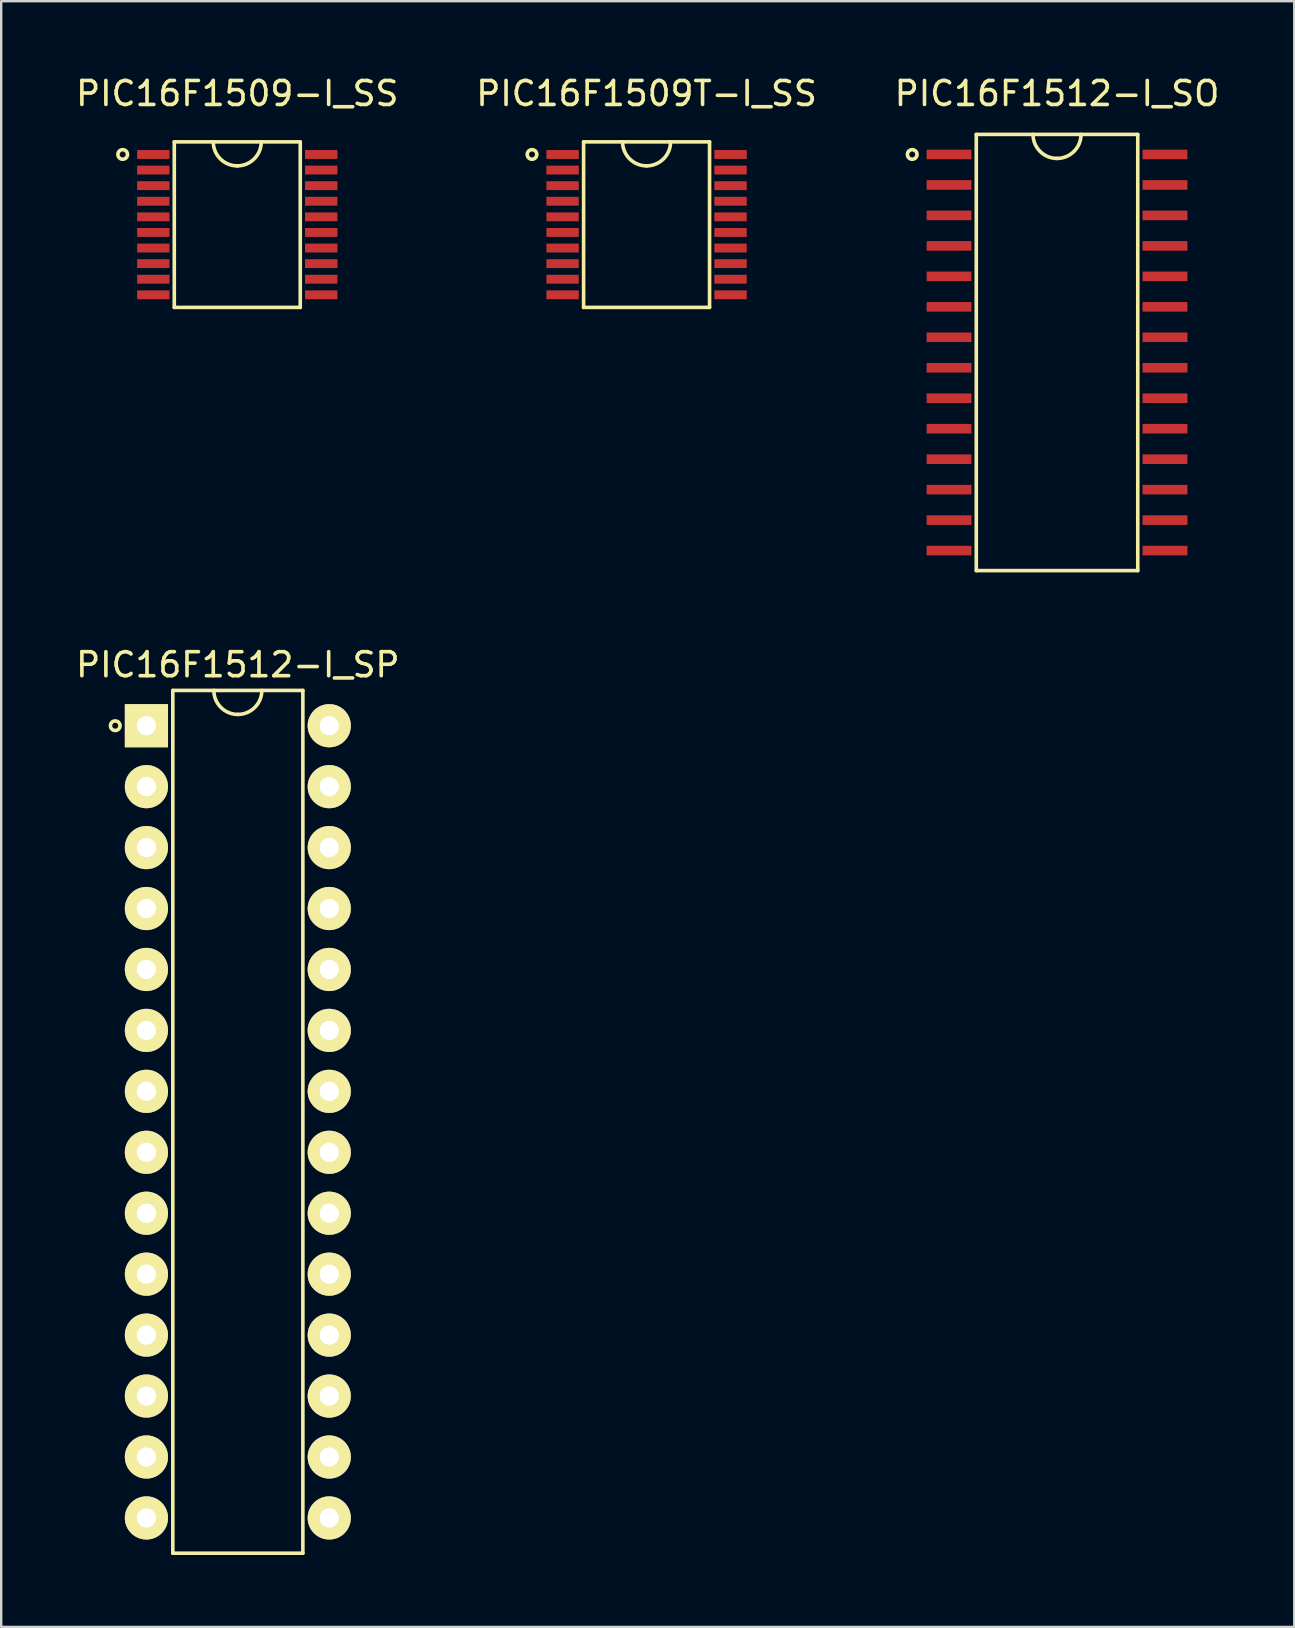
<source format=kicad_pcb>
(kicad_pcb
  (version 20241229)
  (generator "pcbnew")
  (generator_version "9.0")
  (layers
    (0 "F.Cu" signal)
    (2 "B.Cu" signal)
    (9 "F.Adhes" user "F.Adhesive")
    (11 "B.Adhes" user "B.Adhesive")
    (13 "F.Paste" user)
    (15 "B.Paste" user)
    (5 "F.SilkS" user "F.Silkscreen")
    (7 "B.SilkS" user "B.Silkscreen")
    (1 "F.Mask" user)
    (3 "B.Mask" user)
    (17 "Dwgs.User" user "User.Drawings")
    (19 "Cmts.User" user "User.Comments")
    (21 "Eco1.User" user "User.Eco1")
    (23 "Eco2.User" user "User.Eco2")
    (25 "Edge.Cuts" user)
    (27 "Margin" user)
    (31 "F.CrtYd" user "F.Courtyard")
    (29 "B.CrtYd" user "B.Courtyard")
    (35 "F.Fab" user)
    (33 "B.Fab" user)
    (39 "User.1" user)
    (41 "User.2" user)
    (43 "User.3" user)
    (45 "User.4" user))
  (footprint "PIC16F1512-I_SO"
    (layer "F.Cu")
    (at 36.506 3.388)
    (property "Reference" "PIC16F1512-I_SO" (at 4.5 -2.54 0) (layer "F.SilkS") (effects (font (size 1 1) (thickness 0.15))))
    (attr through_hole)
    (fp_line (start 1.135 -0.835) (end 7.865 -0.835) (stroke (width 0.15) (type solid)) (layer "F.SilkS"))
    (fp_line (start 1.135 17.345) (end 1.135 -0.835) (stroke (width 0.15) (type solid)) (layer "F.SilkS"))
    (fp_line (start 7.865 -0.835) (end 7.865 17.345) (stroke (width 0.15) (type solid)) (layer "F.SilkS"))
    (fp_line (start 7.865 17.345) (end 1.135 17.345) (stroke (width 0.15) (type solid)) (layer "F.SilkS"))
    (fp_arc (start 4.5 0.165) (mid 3.792893 -0.127893) (end 3.5 -0.835) (stroke (width 0.15) (type solid)) (layer "F.SilkS"))
    (fp_arc (start 5.5 -0.835) (mid 5.207107 -0.127893) (end 4.5 0.165) (stroke (width 0.15) (type solid)) (layer "F.SilkS"))
    (fp_circle (center -1.535 0) (end -1.535 0.2) (stroke (width 0.15) (type solid)) (fill no) (layer "F.SilkS"))
    (pad "1" smd rect (at 0 0) (size 1.87 0.4) (layers "F.Cu" "F.Mask" "F.Paste"))
    (pad "2" smd rect (at 0 1.27) (size 1.87 0.4) (layers "F.Cu" "F.Mask" "F.Paste"))
    (pad "3" smd rect (at 0 2.54) (size 1.87 0.4) (layers "F.Cu" "F.Mask" "F.Paste"))
    (pad "4" smd rect (at 0 3.81) (size 1.87 0.4) (layers "F.Cu" "F.Mask" "F.Paste"))
    (pad "5" smd rect (at 0 5.08) (size 1.87 0.4) (layers "F.Cu" "F.Mask" "F.Paste"))
    (pad "6" smd rect (at 0 6.35) (size 1.87 0.4) (layers "F.Cu" "F.Mask" "F.Paste"))
    (pad "7" smd rect (at 0 7.62) (size 1.87 0.4) (layers "F.Cu" "F.Mask" "F.Paste"))
    (pad "8" smd rect (at 0 8.89) (size 1.87 0.4) (layers "F.Cu" "F.Mask" "F.Paste"))
    (pad "9" smd rect (at 0 10.16) (size 1.87 0.4) (layers "F.Cu" "F.Mask" "F.Paste"))
    (pad "10" smd rect (at 0 11.43) (size 1.87 0.4) (layers "F.Cu" "F.Mask" "F.Paste"))
    (pad "11" smd rect (at 0 12.7) (size 1.87 0.4) (layers "F.Cu" "F.Mask" "F.Paste"))
    (pad "12" smd rect (at 0 13.97) (size 1.87 0.4) (layers "F.Cu" "F.Mask" "F.Paste"))
    (pad "13" smd rect (at 0 15.24) (size 1.87 0.4) (layers "F.Cu" "F.Mask" "F.Paste"))
    (pad "14" smd rect (at 0 16.51) (size 1.87 0.4) (layers "F.Cu" "F.Mask" "F.Paste"))
    (pad "15" smd rect (at 9 16.51) (size 1.87 0.4) (layers "F.Cu" "F.Mask" "F.Paste"))
    (pad "16" smd rect (at 9 15.24) (size 1.87 0.4) (layers "F.Cu" "F.Mask" "F.Paste"))
    (pad "17" smd rect (at 9 13.97) (size 1.87 0.4) (layers "F.Cu" "F.Mask" "F.Paste"))
    (pad "18" smd rect (at 9 12.7) (size 1.87 0.4) (layers "F.Cu" "F.Mask" "F.Paste"))
    (pad "19" smd rect (at 9 11.43) (size 1.87 0.4) (layers "F.Cu" "F.Mask" "F.Paste"))
    (pad "20" smd rect (at 9 10.16) (size 1.87 0.4) (layers "F.Cu" "F.Mask" "F.Paste"))
    (pad "21" smd rect (at 9 8.89) (size 1.87 0.4) (layers "F.Cu" "F.Mask" "F.Paste"))
    (pad "22" smd rect (at 9 7.62) (size 1.87 0.4) (layers "F.Cu" "F.Mask" "F.Paste"))
    (pad "23" smd rect (at 9 6.35) (size 1.87 0.4) (layers "F.Cu" "F.Mask" "F.Paste"))
    (pad "24" smd rect (at 9 5.08) (size 1.87 0.4) (layers "F.Cu" "F.Mask" "F.Paste"))
    (pad "25" smd rect (at 9 3.81) (size 1.87 0.4) (layers "F.Cu" "F.Mask" "F.Paste"))
    (pad "26" smd rect (at 9 2.54) (size 1.87 0.4) (layers "F.Cu" "F.Mask" "F.Paste"))
    (pad "27" smd rect (at 9 1.27) (size 1.87 0.4) (layers "F.Cu" "F.Mask" "F.Paste"))
    (pad "28" smd rect (at 9 0) (size 1.87 0.4) (layers "F.Cu" "F.Mask" "F.Paste")))
  (footprint "PIC16F1509T-I_SS"
    (layer "F.Cu")
    (at 20.399 3.388)
    (property "Reference" "PIC16F1509T-I_SS" (at 3.5 -2.54 0) (layer "F.SilkS") (effects (font (size 1 1) (thickness 0.15))))
    (attr through_hole)
    (fp_line (start 0.875 -0.525) (end 6.125 -0.525) (stroke (width 0.15) (type solid)) (layer "F.SilkS"))
    (fp_line (start 0.875 6.375) (end 0.875 -0.525) (stroke (width 0.15) (type solid)) (layer "F.SilkS"))
    (fp_line (start 6.125 -0.525) (end 6.125 6.375) (stroke (width 0.15) (type solid)) (layer "F.SilkS"))
    (fp_line (start 6.125 6.375) (end 0.875 6.375) (stroke (width 0.15) (type solid)) (layer "F.SilkS"))
    (fp_arc (start 3.5 0.475) (mid 2.792893 0.182107) (end 2.5 -0.525) (stroke (width 0.15) (type solid)) (layer "F.SilkS"))
    (fp_arc (start 4.5 -0.525) (mid 4.207107 0.182107) (end 3.5 0.475) (stroke (width 0.15) (type solid)) (layer "F.SilkS"))
    (fp_circle (center -1.275 0) (end -1.275 0.2) (stroke (width 0.15) (type solid)) (fill no) (layer "F.SilkS"))
    (pad "1" smd rect (at 0 0) (size 1.35 0.37) (layers "F.Cu" "F.Mask" "F.Paste"))
    (pad "2" smd rect (at 0 0.65) (size 1.35 0.37) (layers "F.Cu" "F.Mask" "F.Paste"))
    (pad "3" smd rect (at 0 1.3) (size 1.35 0.37) (layers "F.Cu" "F.Mask" "F.Paste"))
    (pad "4" smd rect (at 0 1.95) (size 1.35 0.37) (layers "F.Cu" "F.Mask" "F.Paste"))
    (pad "5" smd rect (at 0 2.6) (size 1.35 0.37) (layers "F.Cu" "F.Mask" "F.Paste"))
    (pad "6" smd rect (at 0 3.25) (size 1.35 0.37) (layers "F.Cu" "F.Mask" "F.Paste"))
    (pad "7" smd rect (at 0 3.9) (size 1.35 0.37) (layers "F.Cu" "F.Mask" "F.Paste"))
    (pad "8" smd rect (at 0 4.55) (size 1.35 0.37) (layers "F.Cu" "F.Mask" "F.Paste"))
    (pad "9" smd rect (at 0 5.2) (size 1.35 0.37) (layers "F.Cu" "F.Mask" "F.Paste"))
    (pad "10" smd rect (at 0 5.85) (size 1.35 0.37) (layers "F.Cu" "F.Mask" "F.Paste"))
    (pad "11" smd rect (at 7 5.85) (size 1.35 0.37) (layers "F.Cu" "F.Mask" "F.Paste"))
    (pad "12" smd rect (at 7 5.2) (size 1.35 0.37) (layers "F.Cu" "F.Mask" "F.Paste"))
    (pad "13" smd rect (at 7 4.55) (size 1.35 0.37) (layers "F.Cu" "F.Mask" "F.Paste"))
    (pad "14" smd rect (at 7 3.9) (size 1.35 0.37) (layers "F.Cu" "F.Mask" "F.Paste"))
    (pad "15" smd rect (at 7 3.25) (size 1.35 0.37) (layers "F.Cu" "F.Mask" "F.Paste"))
    (pad "16" smd rect (at 7 2.6) (size 1.35 0.37) (layers "F.Cu" "F.Mask" "F.Paste"))
    (pad "17" smd rect (at 7 1.95) (size 1.35 0.37) (layers "F.Cu" "F.Mask" "F.Paste"))
    (pad "18" smd rect (at 7 1.3) (size 1.35 0.37) (layers "F.Cu" "F.Mask" "F.Paste"))
    (pad "19" smd rect (at 7 0.65) (size 1.35 0.37) (layers "F.Cu" "F.Mask" "F.Paste"))
    (pad "20" smd rect (at 7 0) (size 1.35 0.37) (layers "F.Cu" "F.Mask" "F.Paste")))
  (footprint "PIC16F1509-I_SS"
    (layer "F.Cu")
    (at 3.339 3.388)
    (property "Reference" "PIC16F1509-I_SS" (at 3.5 -2.54 0) (layer "F.SilkS") (effects (font (size 1 1) (thickness 0.15))))
    (attr through_hole)
    (fp_line (start 0.875 -0.525) (end 6.125 -0.525) (stroke (width 0.15) (type solid)) (layer "F.SilkS"))
    (fp_line (start 0.875 6.375) (end 0.875 -0.525) (stroke (width 0.15) (type solid)) (layer "F.SilkS"))
    (fp_line (start 6.125 -0.525) (end 6.125 6.375) (stroke (width 0.15) (type solid)) (layer "F.SilkS"))
    (fp_line (start 6.125 6.375) (end 0.875 6.375) (stroke (width 0.15) (type solid)) (layer "F.SilkS"))
    (fp_arc (start 3.5 0.475) (mid 2.792893 0.182107) (end 2.5 -0.525) (stroke (width 0.15) (type solid)) (layer "F.SilkS"))
    (fp_arc (start 4.5 -0.525) (mid 4.207107 0.182107) (end 3.5 0.475) (stroke (width 0.15) (type solid)) (layer "F.SilkS"))
    (fp_circle (center -1.275 0) (end -1.275 0.2) (stroke (width 0.15) (type solid)) (fill no) (layer "F.SilkS"))
    (pad "1" smd rect (at 0 0) (size 1.35 0.37) (layers "F.Cu" "F.Mask" "F.Paste"))
    (pad "2" smd rect (at 0 0.65) (size 1.35 0.37) (layers "F.Cu" "F.Mask" "F.Paste"))
    (pad "3" smd rect (at 0 1.3) (size 1.35 0.37) (layers "F.Cu" "F.Mask" "F.Paste"))
    (pad "4" smd rect (at 0 1.95) (size 1.35 0.37) (layers "F.Cu" "F.Mask" "F.Paste"))
    (pad "5" smd rect (at 0 2.6) (size 1.35 0.37) (layers "F.Cu" "F.Mask" "F.Paste"))
    (pad "6" smd rect (at 0 3.25) (size 1.35 0.37) (layers "F.Cu" "F.Mask" "F.Paste"))
    (pad "7" smd rect (at 0 3.9) (size 1.35 0.37) (layers "F.Cu" "F.Mask" "F.Paste"))
    (pad "8" smd rect (at 0 4.55) (size 1.35 0.37) (layers "F.Cu" "F.Mask" "F.Paste"))
    (pad "9" smd rect (at 0 5.2) (size 1.35 0.37) (layers "F.Cu" "F.Mask" "F.Paste"))
    (pad "10" smd rect (at 0 5.85) (size 1.35 0.37) (layers "F.Cu" "F.Mask" "F.Paste"))
    (pad "11" smd rect (at 7 5.85) (size 1.35 0.37) (layers "F.Cu" "F.Mask" "F.Paste"))
    (pad "12" smd rect (at 7 5.2) (size 1.35 0.37) (layers "F.Cu" "F.Mask" "F.Paste"))
    (pad "13" smd rect (at 7 4.55) (size 1.35 0.37) (layers "F.Cu" "F.Mask" "F.Paste"))
    (pad "14" smd rect (at 7 3.9) (size 1.35 0.37) (layers "F.Cu" "F.Mask" "F.Paste"))
    (pad "15" smd rect (at 7 3.25) (size 1.35 0.37) (layers "F.Cu" "F.Mask" "F.Paste"))
    (pad "16" smd rect (at 7 2.6) (size 1.35 0.37) (layers "F.Cu" "F.Mask" "F.Paste"))
    (pad "17" smd rect (at 7 1.95) (size 1.35 0.37) (layers "F.Cu" "F.Mask" "F.Paste"))
    (pad "18" smd rect (at 7 1.3) (size 1.35 0.37) (layers "F.Cu" "F.Mask" "F.Paste"))
    (pad "19" smd rect (at 7 0.65) (size 1.35 0.37) (layers "F.Cu" "F.Mask" "F.Paste"))
    (pad "20" smd rect (at 7 0) (size 1.35 0.37) (layers "F.Cu" "F.Mask" "F.Paste")))
  (footprint "PIC16F1512-I_SP"
    (layer "F.Cu")
    (at 3.053 27.197)
    (property "Reference" "PIC16F1512-I_SP" (at 3.81 -2.54 0) (layer "F.SilkS") (effects (font (size 1 1) (thickness 0.15))))
    (attr through_hole)
    (fp_line (start 1.1 -1.47) (end 6.52 -1.47) (stroke (width 0.15) (type solid)) (layer "F.SilkS"))
    (fp_line (start 1.1 34.49) (end 1.1 -1.47) (stroke (width 0.15) (type solid)) (layer "F.SilkS"))
    (fp_line (start 6.52 -1.47) (end 6.52 34.49) (stroke (width 0.15) (type solid)) (layer "F.SilkS"))
    (fp_line (start 6.52 34.49) (end 1.1 34.49) (stroke (width 0.15) (type solid)) (layer "F.SilkS"))
    (fp_arc (start 3.81 -0.47) (mid 3.102893 -0.762893) (end 2.81 -1.47) (stroke (width 0.15) (type solid)) (layer "F.SilkS"))
    (fp_arc (start 4.81 -1.47) (mid 4.517107 -0.762893) (end 3.81 -0.47) (stroke (width 0.15) (type solid)) (layer "F.SilkS"))
    (fp_circle (center -1.3 0) (end -1.3 0.2) (stroke (width 0.15) (type solid)) (fill no) (layer "F.SilkS"))
    (pad "1" thru_hole rect (at 0 0) (size 1.8 1.8) (drill 0.8) (layers "*.Cu" "*.Mask" "F.SilkS"))
    (pad "2" thru_hole circle (at 0 2.54) (size 1.8 1.8) (drill 0.8) (layers "*.Cu" "*.Mask" "F.SilkS"))
    (pad "3" thru_hole circle (at 0 5.08) (size 1.8 1.8) (drill 0.8) (layers "*.Cu" "*.Mask" "F.SilkS"))
    (pad "4" thru_hole circle (at 0 7.62) (size 1.8 1.8) (drill 0.8) (layers "*.Cu" "*.Mask" "F.SilkS"))
    (pad "5" thru_hole circle (at 0 10.16) (size 1.8 1.8) (drill 0.8) (layers "*.Cu" "*.Mask" "F.SilkS"))
    (pad "6" thru_hole circle (at 0 12.7) (size 1.8 1.8) (drill 0.8) (layers "*.Cu" "*.Mask" "F.SilkS"))
    (pad "7" thru_hole circle (at 0 15.24) (size 1.8 1.8) (drill 0.8) (layers "*.Cu" "*.Mask" "F.SilkS"))
    (pad "8" thru_hole circle (at 0 17.78) (size 1.8 1.8) (drill 0.8) (layers "*.Cu" "*.Mask" "F.SilkS"))
    (pad "9" thru_hole circle (at 0 20.32) (size 1.8 1.8) (drill 0.8) (layers "*.Cu" "*.Mask" "F.SilkS"))
    (pad "10" thru_hole circle (at 0 22.86) (size 1.8 1.8) (drill 0.8) (layers "*.Cu" "*.Mask" "F.SilkS"))
    (pad "11" thru_hole circle (at 0 25.4) (size 1.8 1.8) (drill 0.8) (layers "*.Cu" "*.Mask" "F.SilkS"))
    (pad "12" thru_hole circle (at 0 27.94) (size 1.8 1.8) (drill 0.8) (layers "*.Cu" "*.Mask" "F.SilkS"))
    (pad "13" thru_hole circle (at 0 30.48) (size 1.8 1.8) (drill 0.8) (layers "*.Cu" "*.Mask" "F.SilkS"))
    (pad "14" thru_hole circle (at 0 33.02) (size 1.8 1.8) (drill 0.8) (layers "*.Cu" "*.Mask" "F.SilkS"))
    (pad "15" thru_hole circle (at 7.62 33.02) (size 1.8 1.8) (drill 0.8) (layers "*.Cu" "*.Mask" "F.SilkS"))
    (pad "16" thru_hole circle (at 7.62 30.48) (size 1.8 1.8) (drill 0.8) (layers "*.Cu" "*.Mask" "F.SilkS"))
    (pad "17" thru_hole circle (at 7.62 27.94) (size 1.8 1.8) (drill 0.8) (layers "*.Cu" "*.Mask" "F.SilkS"))
    (pad "18" thru_hole circle (at 7.62 25.4) (size 1.8 1.8) (drill 0.8) (layers "*.Cu" "*.Mask" "F.SilkS"))
    (pad "19" thru_hole circle (at 7.62 22.86) (size 1.8 1.8) (drill 0.8) (layers "*.Cu" "*.Mask" "F.SilkS"))
    (pad "20" thru_hole circle (at 7.62 20.32) (size 1.8 1.8) (drill 0.8) (layers "*.Cu" "*.Mask" "F.SilkS"))
    (pad "21" thru_hole circle (at 7.62 17.78) (size 1.8 1.8) (drill 0.8) (layers "*.Cu" "*.Mask" "F.SilkS"))
    (pad "22" thru_hole circle (at 7.62 15.24) (size 1.8 1.8) (drill 0.8) (layers "*.Cu" "*.Mask" "F.SilkS"))
    (pad "23" thru_hole circle (at 7.62 12.7) (size 1.8 1.8) (drill 0.8) (layers "*.Cu" "*.Mask" "F.SilkS"))
    (pad "24" thru_hole circle (at 7.62 10.16) (size 1.8 1.8) (drill 0.8) (layers "*.Cu" "*.Mask" "F.SilkS"))
    (pad "25" thru_hole circle (at 7.62 7.62) (size 1.8 1.8) (drill 0.8) (layers "*.Cu" "*.Mask" "F.SilkS"))
    (pad "26" thru_hole circle (at 7.62 5.08) (size 1.8 1.8) (drill 0.8) (layers "*.Cu" "*.Mask" "F.SilkS"))
    (pad "27" thru_hole circle (at 7.62 2.54) (size 1.8 1.8) (drill 0.8) (layers "*.Cu" "*.Mask" "F.SilkS"))
    (pad "28" thru_hole circle (at 7.62 0) (size 1.8 1.8) (drill 0.8) (layers "*.Cu" "*.Mask" "F.SilkS")))
  (gr_rect
    (start -3 -3)
    (end 50.893 64.761)
    (stroke (width 0.1) (type default))
    (fill no)
    (layer "Edge.Cuts")))
</source>
